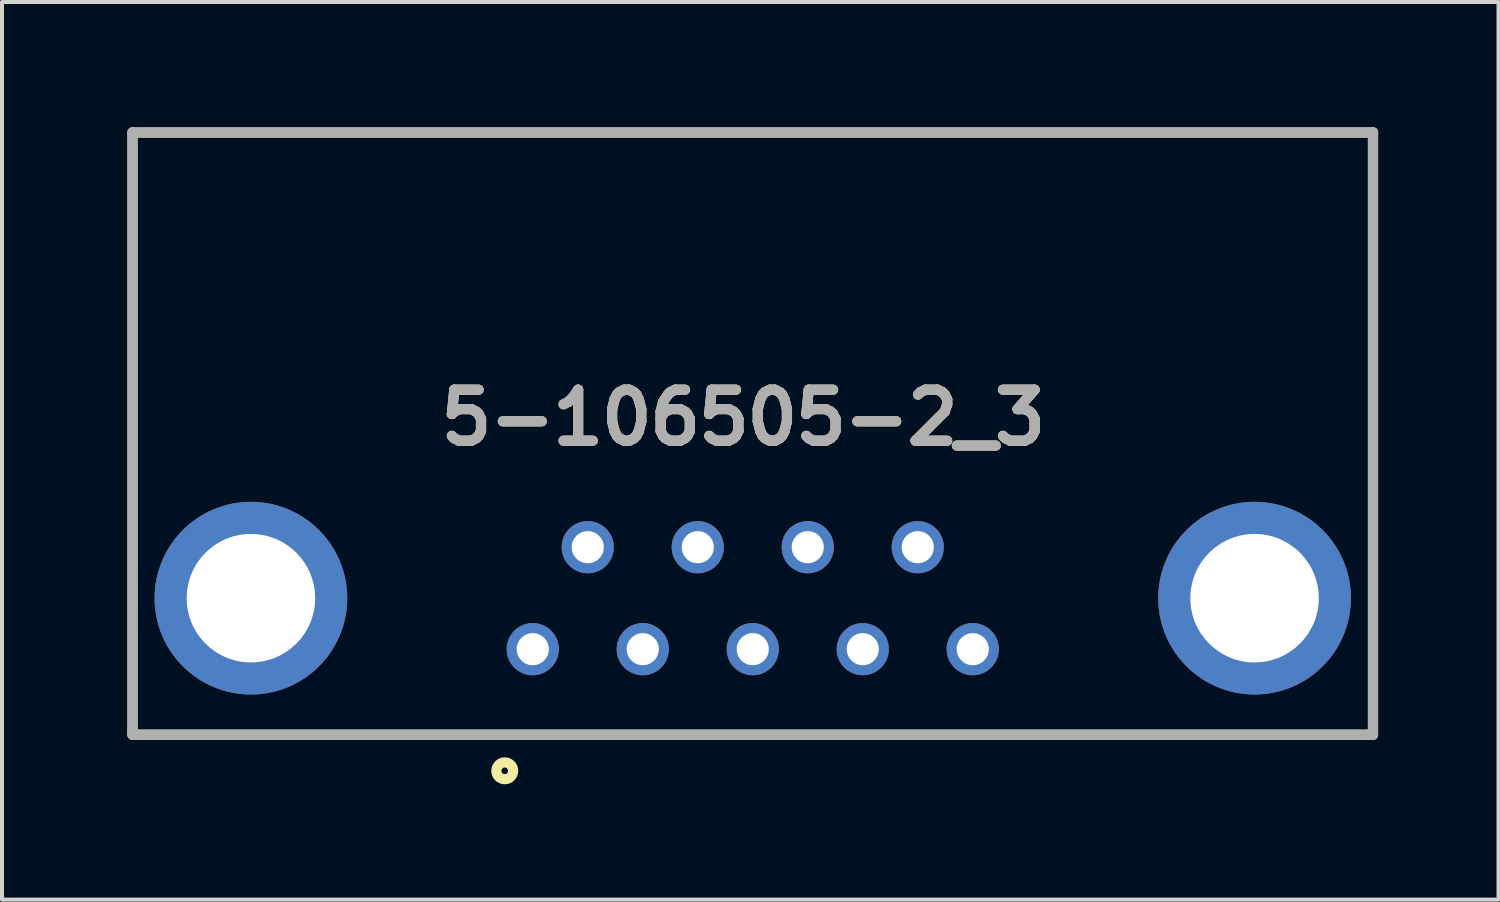
<source format=kicad_pcb>
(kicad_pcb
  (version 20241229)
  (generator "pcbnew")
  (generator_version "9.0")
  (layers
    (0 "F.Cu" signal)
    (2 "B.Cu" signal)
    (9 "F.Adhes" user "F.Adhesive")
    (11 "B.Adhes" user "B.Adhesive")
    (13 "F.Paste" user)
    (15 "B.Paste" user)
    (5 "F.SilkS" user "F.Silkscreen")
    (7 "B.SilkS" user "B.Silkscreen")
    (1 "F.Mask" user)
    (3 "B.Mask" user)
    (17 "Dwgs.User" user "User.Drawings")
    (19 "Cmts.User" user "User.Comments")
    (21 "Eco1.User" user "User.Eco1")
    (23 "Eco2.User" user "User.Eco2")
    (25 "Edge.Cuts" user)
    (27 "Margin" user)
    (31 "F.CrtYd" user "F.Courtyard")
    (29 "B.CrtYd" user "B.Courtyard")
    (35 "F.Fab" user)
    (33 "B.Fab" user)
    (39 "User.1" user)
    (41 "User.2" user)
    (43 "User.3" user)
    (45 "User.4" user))
  (footprint "5-106505-2_3"
    (layer "F.Cu")
    (at 0.25 0.25)
    (property "Reference" "5-106505-2_3" (at 15.213 7.103 0) (layer "F.SilkS") (effects (font (size 1.27 1.27) (thickness 0.254))))
    (attr through_hole)
    (fp_line (start 0 0) (end 0 15) (stroke (width 0.254) (type solid)) (layer "F.SilkS"))
    (fp_line (start 0 15) (end 30.9 15) (stroke (width 0.254) (type solid)) (layer "F.SilkS"))
    (fp_line (start 30.9 0) (end 0 0) (stroke (width 0.254) (type solid)) (layer "F.SilkS"))
    (fp_line (start 30.9 15) (end 30.9 0) (stroke (width 0.254) (type solid)) (layer "F.SilkS"))
    (fp_circle (center 9.273 15.9) (end 9.273 15.982) (stroke (width 0.254) (type solid)) (fill no) (layer "F.SilkS"))
    (fp_line (start 0 0) (end 30.9 0) (stroke (width 0.254) (type solid)) (layer "F.Fab"))
    (fp_line (start 0 15) (end 0 0) (stroke (width 0.254) (type solid)) (layer "F.Fab"))
    (fp_line (start 30.9 0) (end 30.9 15) (stroke (width 0.254) (type solid)) (layer "F.Fab"))
    (fp_line (start 30.9 15) (end 0 15) (stroke (width 0.254) (type solid)) (layer "F.Fab"))
    (fp_text user "${REFERENCE}" (at 15.213 7.103 0) (layer "F.Fab") (effects (font (size 1.27 1.27) (thickness 0.254))))
    (pad "1" thru_hole circle (at 9.97 12.87) (size 1.3 1.3) (drill 0.8) (layers "*.Cu" "*.Mask"))
    (pad "2" thru_hole circle (at 12.71 12.87) (size 1.3 1.3) (drill 0.8) (layers "*.Cu" "*.Mask"))
    (pad "3" thru_hole circle (at 15.45 12.87) (size 1.3 1.3) (drill 0.8) (layers "*.Cu" "*.Mask"))
    (pad "4" thru_hole circle (at 18.19 12.87) (size 1.3 1.3) (drill 0.8) (layers "*.Cu" "*.Mask"))
    (pad "5" thru_hole circle (at 20.93 12.87) (size 1.3 1.3) (drill 0.8) (layers "*.Cu" "*.Mask"))
    (pad "6" thru_hole circle (at 11.34 10.33) (size 1.3 1.3) (drill 0.8) (layers "*.Cu" "*.Mask"))
    (pad "7" thru_hole circle (at 14.08 10.33) (size 1.3 1.3) (drill 0.8) (layers "*.Cu" "*.Mask"))
    (pad "8" thru_hole circle (at 16.82 10.33) (size 1.3 1.3) (drill 0.8) (layers "*.Cu" "*.Mask"))
    (pad "9" thru_hole circle (at 19.56 10.33) (size 1.3 1.3) (drill 0.8) (layers "*.Cu" "*.Mask"))
    (pad "10" thru_hole circle (at 2.95 11.6) (size 4.8 4.8) (drill 3.2) (layers "*.Cu" "*.Mask"))
    (pad "11" thru_hole circle (at 27.95 11.6) (size 4.8 4.8) (drill 3.2) (layers "*.Cu" "*.Mask")))
  (gr_rect
    (start -3 -3)
    (end 34.277 19.359)
    (stroke (width 0.1) (type default))
    (fill no)
    (layer "Edge.Cuts")))
</source>
